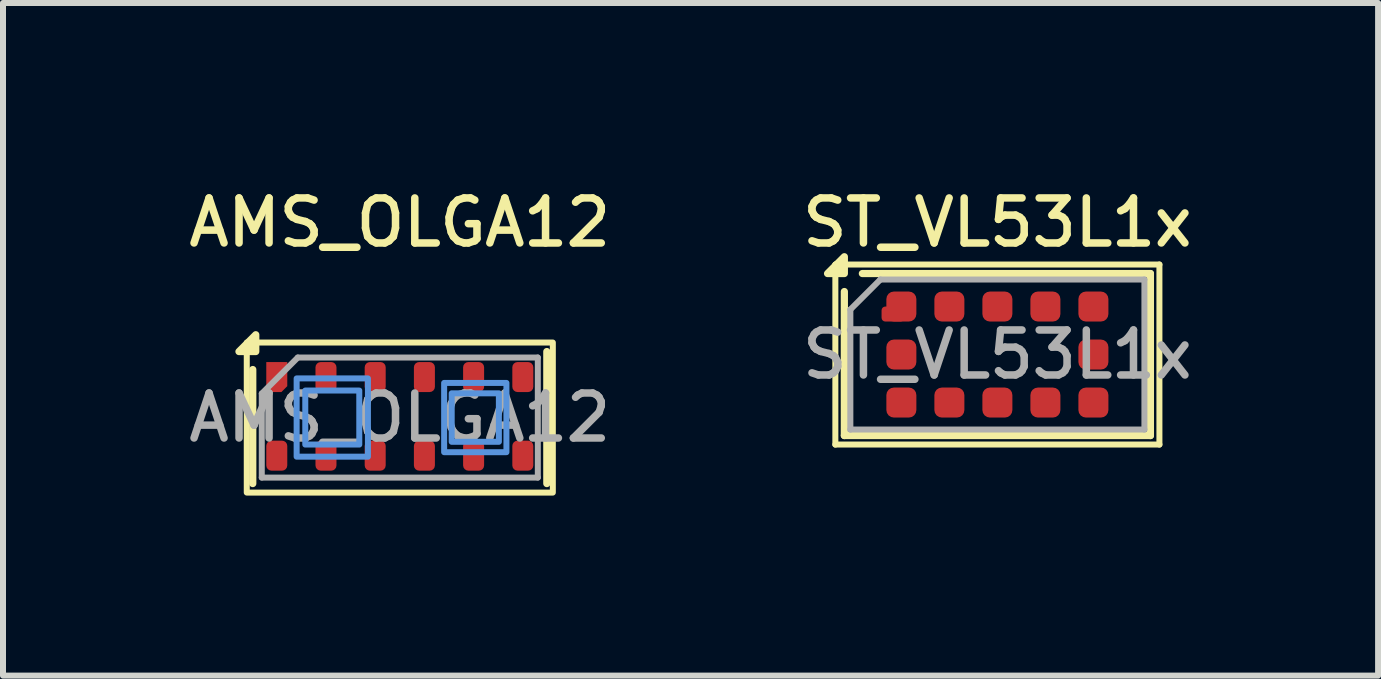
<source format=kicad_pcb>
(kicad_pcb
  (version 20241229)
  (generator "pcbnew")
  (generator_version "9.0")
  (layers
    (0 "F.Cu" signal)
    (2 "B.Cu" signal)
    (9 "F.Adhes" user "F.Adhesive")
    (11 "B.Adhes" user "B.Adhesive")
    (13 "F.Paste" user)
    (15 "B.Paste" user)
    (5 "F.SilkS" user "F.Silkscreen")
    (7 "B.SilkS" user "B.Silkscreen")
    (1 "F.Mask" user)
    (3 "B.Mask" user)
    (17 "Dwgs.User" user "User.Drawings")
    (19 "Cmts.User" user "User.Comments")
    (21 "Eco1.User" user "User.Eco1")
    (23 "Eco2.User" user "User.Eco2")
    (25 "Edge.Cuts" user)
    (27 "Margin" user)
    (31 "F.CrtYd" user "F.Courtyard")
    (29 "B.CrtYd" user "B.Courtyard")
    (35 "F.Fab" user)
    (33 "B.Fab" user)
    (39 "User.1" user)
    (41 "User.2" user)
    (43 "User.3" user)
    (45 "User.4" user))
  (footprint "ST_VL53L1x"
    (layer "F.Cu")
    (at 13.57 2.858)
    (property "Reference" "ST_VL53L1x" (at 0 -2.2 0) (layer "F.SilkS") (effects (font (size 0.75 0.75) (thickness 0.125))))
    (attr smd)
    (fp_line (start -2.7 -1.5) (end -2.7 1.5) (stroke (width 0.1) (type solid)) (layer "F.SilkS"))
    (fp_line (start -2.7 1.5) (end 2.7 1.5) (stroke (width 0.1) (type solid)) (layer "F.SilkS"))
    (fp_line (start -2.55 -1.05) (end -2.55 1.35) (stroke (width 0.12) (type solid)) (layer "F.SilkS"))
    (fp_line (start -2.55 1.35) (end 2.55 1.35) (stroke (width 0.12) (type solid)) (layer "F.SilkS"))
    (fp_line (start 2.55 -1.35) (end -2.25 -1.35) (stroke (width 0.12) (type solid)) (layer "F.SilkS"))
    (fp_line (start 2.55 1.35) (end 2.55 -1.35) (stroke (width 0.12) (type solid)) (layer "F.SilkS"))
    (fp_line (start 2.7 -1.5) (end -2.7 -1.5) (stroke (width 0.1) (type solid)) (layer "F.SilkS"))
    (fp_line (start 2.7 1.5) (end 2.7 -1.5) (stroke (width 0.1) (type solid)) (layer "F.SilkS"))
    (fp_poly (pts (xy -2.55 -1.35) (xy -2.83 -1.35) (xy -2.55 -1.63) (xy -2.55 -1.35)) (stroke (width 0.12) (type solid)) (fill yes) (layer "F.SilkS"))
    (fp_line (start -2.45 -0.75) (end -2.45 1.25) (stroke (width 0.1) (type solid)) (layer "F.Fab"))
    (fp_line (start -2.45 -0.75) (end -1.95 -1.25) (stroke (width 0.1) (type solid)) (layer "F.Fab"))
    (fp_line (start -1.95 -1.25) (end 2.45 -1.25) (stroke (width 0.1) (type solid)) (layer "F.Fab"))
    (fp_line (start 2.45 -1.25) (end 2.45 1.25) (stroke (width 0.1) (type solid)) (layer "F.Fab"))
    (fp_line (start 2.45 1.25) (end -2.45 1.25) (stroke (width 0.1) (type solid)) (layer "F.Fab"))
    (fp_text user "${REFERENCE}" (at 0 0 0) (layer "F.Fab") (effects (font (size 0.75 0.75) (thickness 0.125))))
    (pad "1" smd roundrect (at -1.74 -0.675) (size 0.38 0.25) (layers "F.Cu" "F.Mask" "F.Paste") (roundrect_rratio 0.25))
    (pad "1" smd roundrect (at -1.6 -0.8) (size 0.5 0.5) (layers "F.Cu" "F.Mask" "F.Paste") (roundrect_rratio 0.25))
    (pad "2" smd roundrect (at -0.8 -0.8) (size 0.5 0.5) (layers "F.Cu" "F.Mask" "F.Paste") (roundrect_rratio 0.25))
    (pad "3" smd roundrect (at 0 -0.8) (size 0.5 0.5) (layers "F.Cu" "F.Mask" "F.Paste") (roundrect_rratio 0.25))
    (pad "4" smd roundrect (at 0.8 -0.8) (size 0.5 0.5) (layers "F.Cu" "F.Mask" "F.Paste") (roundrect_rratio 0.25))
    (pad "5" smd roundrect (at 1.6 -0.8) (size 0.5 0.5) (layers "F.Cu" "F.Mask" "F.Paste") (roundrect_rratio 0.25))
    (pad "6" smd roundrect (at 1.6 0) (size 0.5 0.5) (layers "F.Cu" "F.Mask" "F.Paste") (roundrect_rratio 0.25))
    (pad "7" smd roundrect (at 1.6 0.8) (size 0.5 0.5) (layers "F.Cu" "F.Mask" "F.Paste") (roundrect_rratio 0.25))
    (pad "8" smd roundrect (at 0.8 0.8) (size 0.5 0.5) (layers "F.Cu" "F.Mask" "F.Paste") (roundrect_rratio 0.25))
    (pad "9" smd roundrect (at 0 0.8) (size 0.5 0.5) (layers "F.Cu" "F.Mask" "F.Paste") (roundrect_rratio 0.25))
    (pad "10" smd roundrect (at -0.8 0.8) (size 0.5 0.5) (layers "F.Cu" "F.Mask" "F.Paste") (roundrect_rratio 0.25))
    (pad "11" smd roundrect (at -1.6 0.8) (size 0.5 0.5) (layers "F.Cu" "F.Mask" "F.Paste") (roundrect_rratio 0.25))
    (pad "12" smd roundrect (at -1.6 0) (size 0.5 0.5) (layers "F.Cu" "F.Mask" "F.Paste") (roundrect_rratio 0.25)))
  (footprint "AMS_OLGA12"
    (layer "F.Cu")
    (at 3.612 3.908)
    (property "Reference" "AMS_OLGA12" (at 0 -3.25 0) (layer "F.SilkS") (effects (font (size 0.75 0.75) (thickness 0.125))))
    (attr smd)
    (fp_line (start -2.45 -0.8) (end -2.45 1.1) (stroke (width 0.12) (type default)) (layer "F.SilkS"))
    (fp_line (start 2.45 -1.1) (end 2.45 1.1) (stroke (width 0.12) (type default)) (layer "F.SilkS"))
    (fp_rect (start 2.55 -1.25) (end -2.55 1.25) (stroke (width 0.1) (type default)) (fill no) (layer "F.SilkS"))
    (fp_poly (pts (xy -2.4 -1.1) (xy -2.68 -1.1) (xy -2.4 -1.38) (xy -2.4 -1.1)) (stroke (width 0.12) (type solid)) (fill yes) (layer "F.SilkS"))
    (fp_rect (start -0.675 -0.45) (end -1.575 0.45) (stroke (width 0.1) (type default)) (fill no) (layer "Cmts.User"))
    (fp_rect (start -0.531 -0.652) (end -1.719 0.652) (stroke (width 0.1) (type default)) (fill no) (layer "Cmts.User"))
    (fp_rect (start 1.651 -0.404) (end 0.865 0.404) (stroke (width 0.1) (type default)) (fill no) (layer "Cmts.User"))
    (fp_rect (start 1.777 -0.577) (end 0.739 0.577) (stroke (width 0.1) (type default)) (fill no) (layer "Cmts.User"))
    (fp_line (start -2.3 1) (end -2.3 -0.4) (stroke (width 0.1) (type default)) (layer "F.Fab"))
    (fp_line (start -2.3 1) (end 2.3 1) (stroke (width 0.1) (type default)) (layer "F.Fab"))
    (fp_line (start -1.7 -1) (end -2.3 -0.4) (stroke (width 0.1) (type default)) (layer "F.Fab"))
    (fp_line (start 2.3 -1) (end -1.7 -1) (stroke (width 0.1) (type default)) (layer "F.Fab"))
    (fp_line (start 2.3 -1) (end 2.3 1) (stroke (width 0.1) (type default)) (layer "F.Fab"))
    (fp_text user "${REFERENCE}" (at 0 0 0) (layer "F.Fab") (effects (font (size 0.75 0.75) (thickness 0.125))))
    (pad "1" smd roundrect (at -2.05 -0.675 270) (size 0.5 0.35) (layers "F.Cu" "F.Mask" "F.Paste") (roundrect_rratio 0) (chamfer_ratio 0.28) (chamfer top_right))
    (pad "2" smd roundrect (at -1.23 -0.675 270) (size 0.5 0.35) (layers "F.Cu" "F.Mask" "F.Paste") (roundrect_rratio 0.25))
    (pad "3" smd roundrect (at -0.41 -0.675 270) (size 0.5 0.35) (layers "F.Cu" "F.Mask" "F.Paste") (roundrect_rratio 0.25))
    (pad "4" smd roundrect (at 0.41 -0.675 270) (size 0.5 0.35) (layers "F.Cu" "F.Mask" "F.Paste") (roundrect_rratio 0.25))
    (pad "5" smd roundrect (at 1.23 -0.675 270) (size 0.5 0.35) (layers "F.Cu" "F.Mask" "F.Paste") (roundrect_rratio 0.25))
    (pad "6" smd roundrect (at 2.05 -0.675 270) (size 0.5 0.35) (layers "F.Cu" "F.Mask" "F.Paste") (roundrect_rratio 0.25))
    (pad "7" smd roundrect (at 2.05 0.635 270) (size 0.5 0.35) (layers "F.Cu" "F.Mask" "F.Paste") (roundrect_rratio 0.25))
    (pad "8" smd roundrect (at 1.23 0.635 270) (size 0.5 0.35) (layers "F.Cu" "F.Mask" "F.Paste") (roundrect_rratio 0.25))
    (pad "9" smd roundrect (at 0.41 0.635 270) (size 0.5 0.35) (layers "F.Cu" "F.Mask" "F.Paste") (roundrect_rratio 0.25))
    (pad "10" smd roundrect (at -0.41 0.635 270) (size 0.5 0.35) (layers "F.Cu" "F.Mask" "F.Paste") (roundrect_rratio 0.25))
    (pad "11" smd roundrect (at -1.23 0.635 270) (size 0.5 0.35) (layers "F.Cu" "F.Mask" "F.Paste") (roundrect_rratio 0.25))
    (pad "12" smd roundrect (at -2.05 0.635 270) (size 0.5 0.35) (layers "F.Cu" "F.Mask" "F.Paste") (roundrect_rratio 0.25)))
  (gr_rect
    (start -3 -3)
    (end 19.914 8.208)
    (stroke (width 0.1) (type default))
    (fill no)
    (layer "Edge.Cuts")))
</source>
